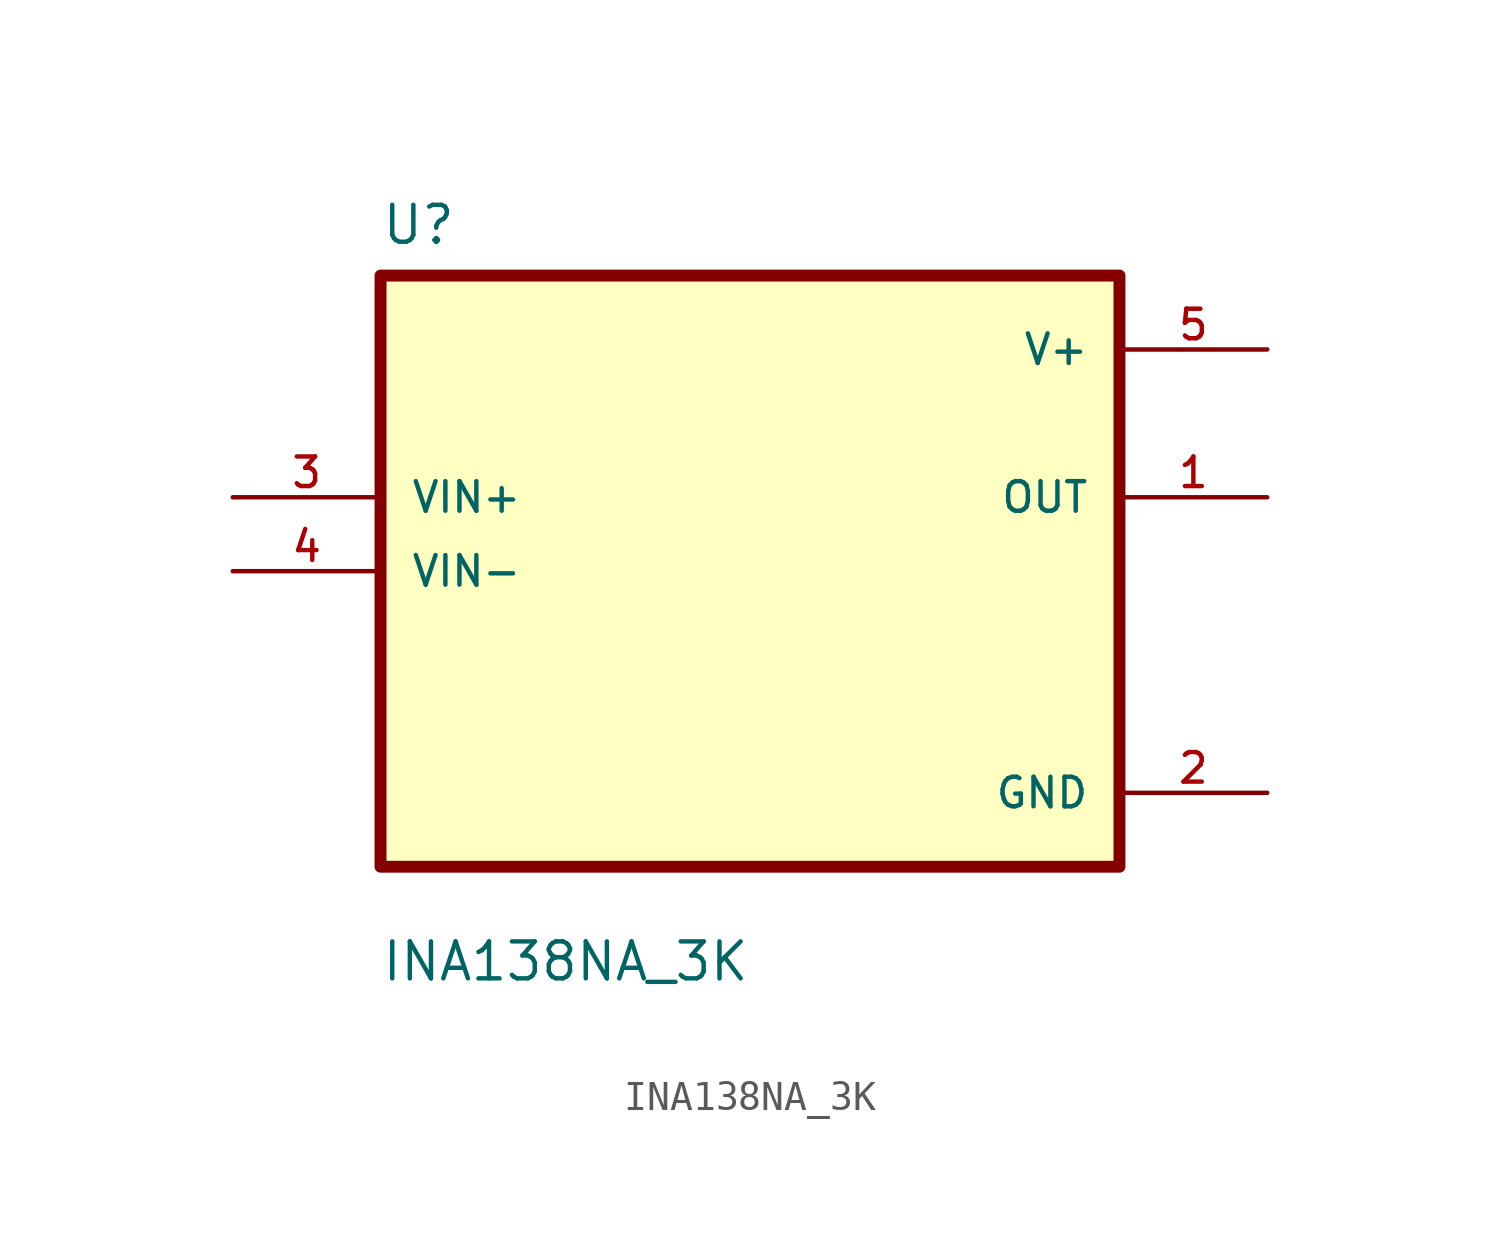
<source format=kicad_sym>
(kicad_symbol_lib
  (version 20211014)
  (generator kicad_symbol_editor)
  (symbol "INA138NA_3K"
    (pin_names
      (offset 1.016))
    (property "Reference" "U"
      (at -12.7 11.16 0.0)
      (effects (font (size 1.27 1.27)) (justify bottom left)))
    (property "Value" "INA138NA_3K"
      (at -12.7 -14.16 0.0)
      (effects (font (size 1.27 1.27)) (justify bottom left)))
    (symbol "INA138NA_3K_0_0"
      (rectangle (start -12.7 -10.16) (end 12.7 10.16) (stroke (width 0.41)) (fill (type background)))
      (pin input line (at -17.78 2.54 0) (length 5.08) (name "VIN+" (effects (font (size 1.016 1.016)))) (number "3" (effects (font (size 1.016 1.016)))))
      (pin input line (at -17.78 0.0 0) (length 5.08) (name "VIN-" (effects (font (size 1.016 1.016)))) (number "4" (effects (font (size 1.016 1.016)))))
      (pin power_in line (at 17.78 7.62 180.0) (length 5.08) (name "V+" (effects (font (size 1.016 1.016)))) (number "5" (effects (font (size 1.016 1.016)))))
      (pin output line (at 17.78 2.54 180.0) (length 5.08) (name "OUT" (effects (font (size 1.016 1.016)))) (number "1" (effects (font (size 1.016 1.016)))))
      (pin power_in line (at 17.78 -7.62 180.0) (length 5.08) (name "GND" (effects (font (size 1.016 1.016)))) (number "2" (effects (font (size 1.016 1.016))))))))
</source>
